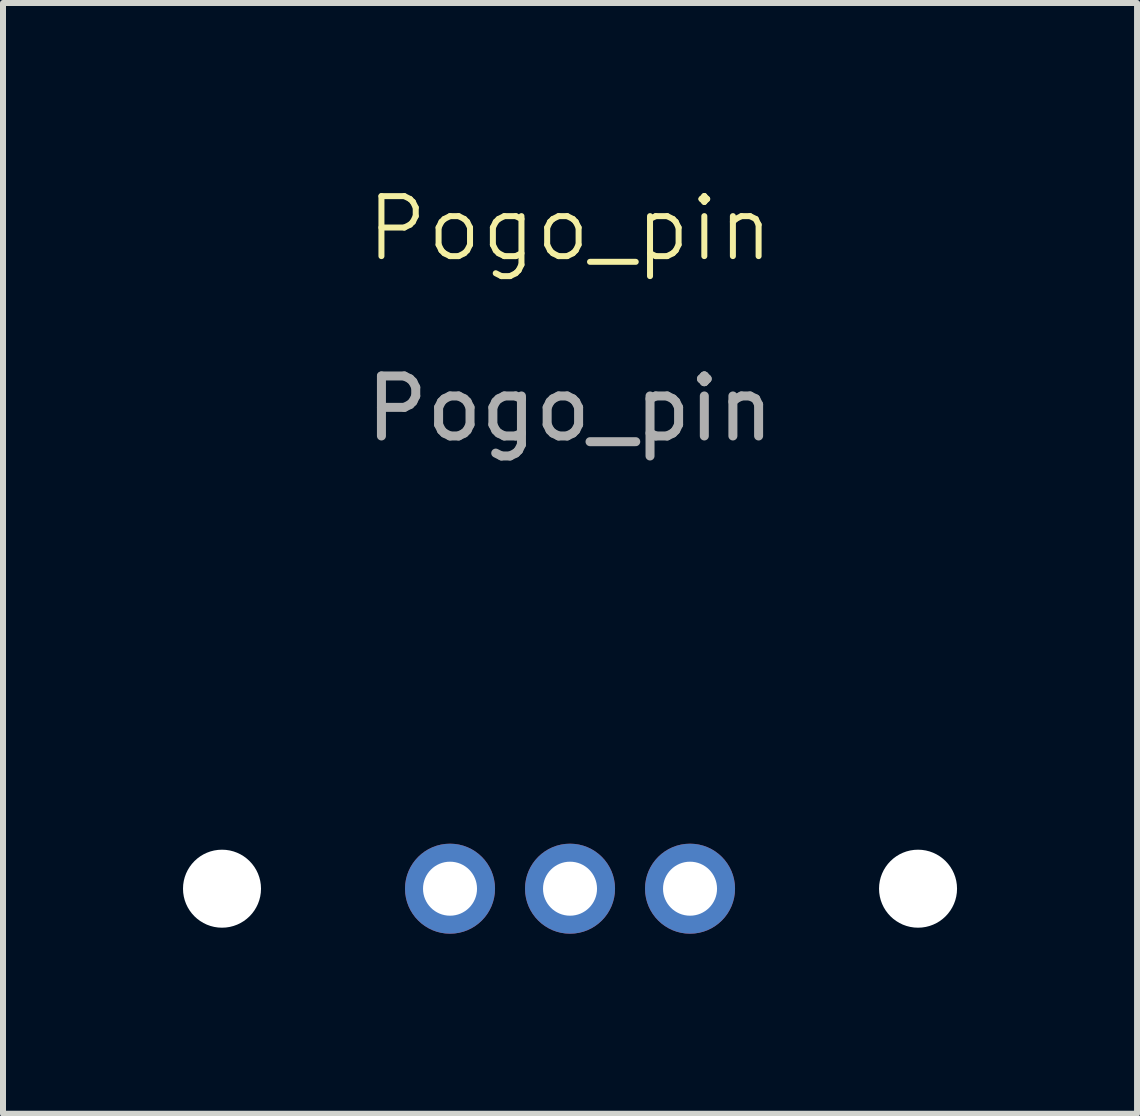
<source format=kicad_pcb>
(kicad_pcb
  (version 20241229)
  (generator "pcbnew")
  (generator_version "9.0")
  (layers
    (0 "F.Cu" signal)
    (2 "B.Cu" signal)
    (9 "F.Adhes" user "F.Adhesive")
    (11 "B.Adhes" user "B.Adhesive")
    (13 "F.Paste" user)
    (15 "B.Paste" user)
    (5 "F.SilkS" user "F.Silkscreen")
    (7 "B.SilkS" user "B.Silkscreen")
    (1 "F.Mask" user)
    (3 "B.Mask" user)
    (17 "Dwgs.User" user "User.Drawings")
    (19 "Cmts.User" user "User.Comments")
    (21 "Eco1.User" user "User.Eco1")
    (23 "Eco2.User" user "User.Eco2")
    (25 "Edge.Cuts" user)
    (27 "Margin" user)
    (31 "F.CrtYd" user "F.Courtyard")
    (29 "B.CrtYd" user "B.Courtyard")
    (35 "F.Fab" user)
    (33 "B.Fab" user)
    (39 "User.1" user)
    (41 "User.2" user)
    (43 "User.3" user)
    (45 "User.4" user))
  (footprint "Pogo_pin"
    (layer "F.Cu")
    (at 6.45 11.761)
    (property "Reference" "Pogo_pin" (at 0 -11 0) (unlocked yes) (layer "F.SilkS") (effects (font (size 1 1) (thickness 0.1))))
    (attr smd)
    (fp_text user "${REFERENCE}" (at 0 -8 0) (unlocked yes) (layer "F.Fab") (effects (font (size 1 1) (thickness 0.15))))
    (pad "" np_thru_hole circle (at -5.8 0) (size 1.3 1.3) (drill 1.3) (layers "*.Cu" "*.Mask"))
    (pad "" np_thru_hole circle (at 5.8 0) (size 1.3 1.3) (drill 1.3) (layers "*.Cu" "*.Mask"))
    (pad "1" thru_hole circle (at -2 0) (size 1.5 1.5) (drill 0.9) (layers "*.Cu" "*.Mask"))
    (pad "2" thru_hole circle (at 0 0) (size 1.5 1.5) (drill 0.9) (layers "*.Cu" "*.Mask"))
    (pad "3" thru_hole circle (at 2 0) (size 1.5 1.5) (drill 0.9) (layers "*.Cu" "*.Mask")))
  (gr_rect
    (start -3 -3)
    (end 15.9 15.511)
    (stroke (width 0.1) (type default))
    (fill no)
    (layer "Edge.Cuts")))
</source>
